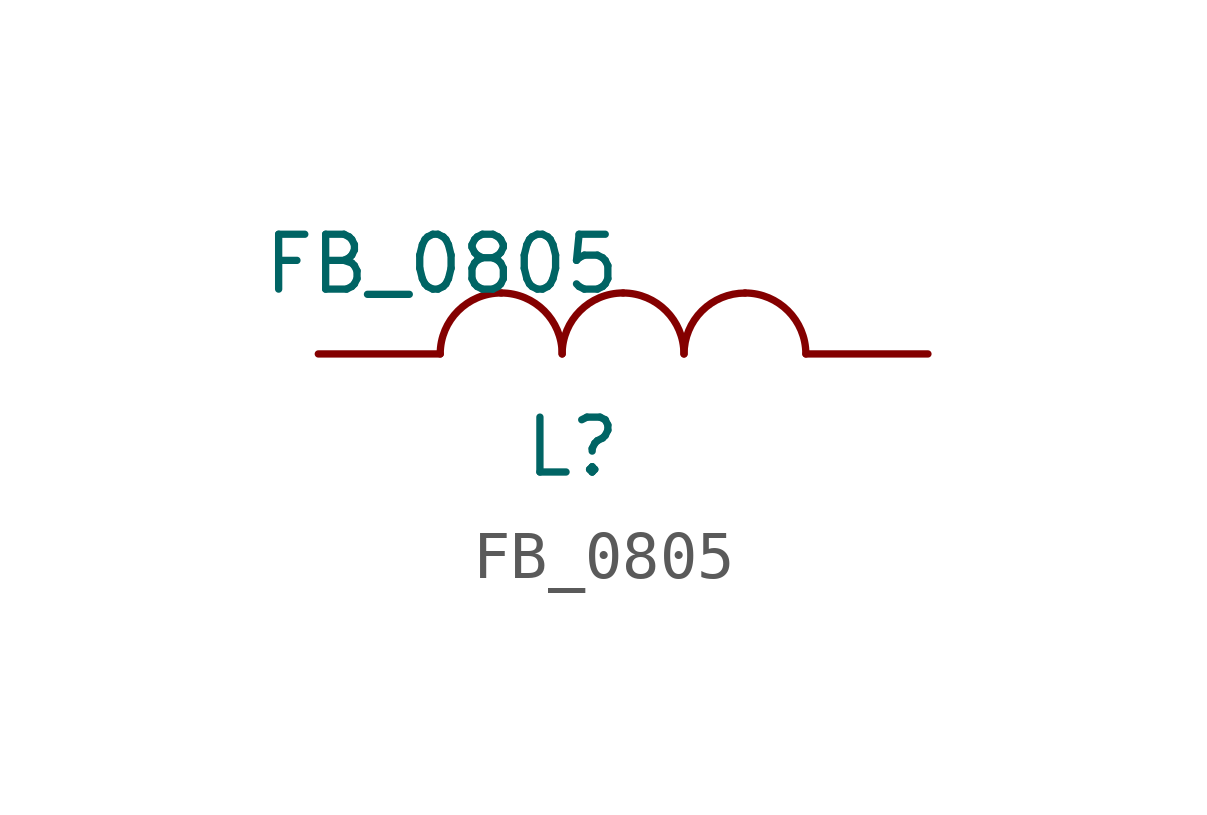
<source format=kicad_sym>
(kicad_symbol_lib
  (version 20211014)
  (generator kicad_symbol_editor)
  (symbol "FB_0805"
    (pin_numbers hide)
    (pin_names
      (offset 1.016) hide)
    (property "Reference" "L"
      (at 1.27 -1.27 0)
      (effects (font (size 1.143 1.143)) (justify right top)))
    (property "Value" "FB_0805"
      (at 1.27 2.54 0)
      (effects (font (size 1.143 1.143)) (justify right top)))
    (property "ki_locked" ""
      (at 0 0 0)
      (effects (font (size 1.27 1.27))))
    (symbol "FB_0805_1_1"
      (arc (start -1.27 1.27) (mid -2.168 0.898) (end -2.54 0) (stroke (width 0) (type default) (color 0 0 0 0)) (fill (type none)))
      (arc (start 0 0) (mid -0.372 0.898) (end -1.27 1.27) (stroke (width 0) (type default) (color 0 0 0 0)) (fill (type none)))
      (arc (start 1.27 1.27) (mid 0.372 0.898) (end 0 0) (stroke (width 0) (type default) (color 0 0 0 0)) (fill (type none)))
      (arc (start 2.54 0) (mid 2.168 0.898) (end 1.27 1.27) (stroke (width 0) (type default) (color 0 0 0 0)) (fill (type none)))
      (arc (start 3.81 1.27) (mid 2.912 0.898) (end 2.54 0) (stroke (width 0) (type default) (color 0 0 0 0)) (fill (type none)))
      (arc (start 5.08 0) (mid 4.708 0.898) (end 3.81 1.27) (stroke (width 0) (type default) (color 0 0 0 0)) (fill (type none)))
      (pin passive line (at -5.08 0 0) (length 2.54) (name "1" (effects (font (size 1.016 1.016)))) (number "1" (effects (font (size 1.016 1.016)))))
      (pin passive line (at 7.62 0 180) (length 2.54) (name "2" (effects (font (size 1.016 1.016)))) (number "2" (effects (font (size 1.016 1.016))))))))
</source>
